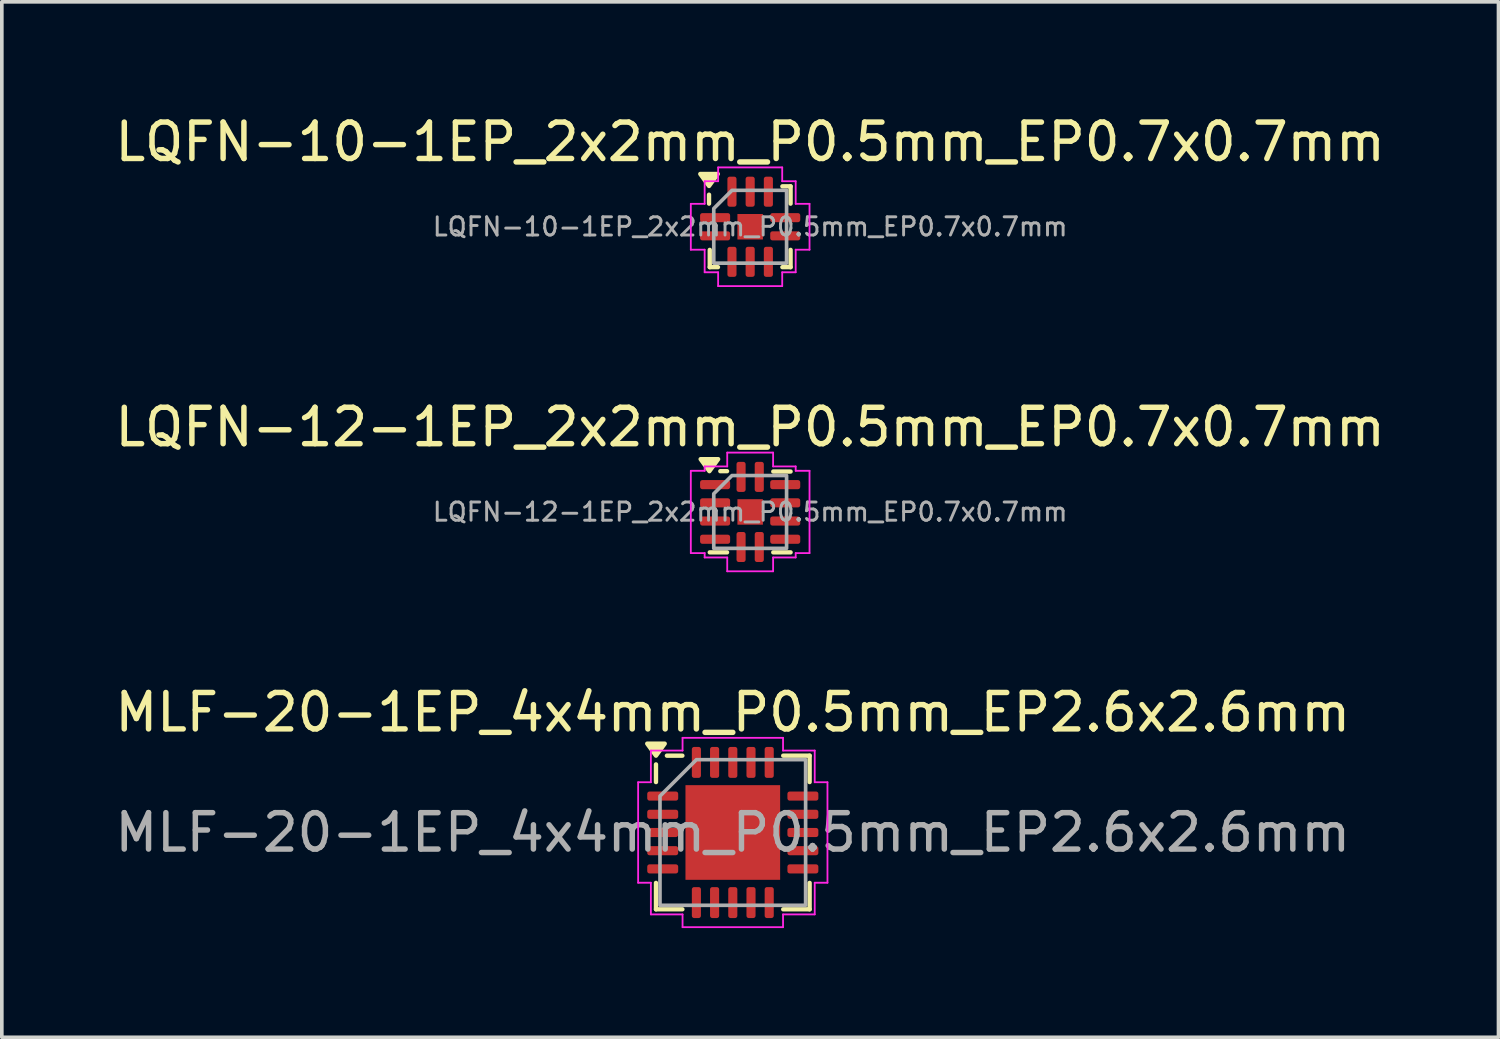
<source format=kicad_pcb>
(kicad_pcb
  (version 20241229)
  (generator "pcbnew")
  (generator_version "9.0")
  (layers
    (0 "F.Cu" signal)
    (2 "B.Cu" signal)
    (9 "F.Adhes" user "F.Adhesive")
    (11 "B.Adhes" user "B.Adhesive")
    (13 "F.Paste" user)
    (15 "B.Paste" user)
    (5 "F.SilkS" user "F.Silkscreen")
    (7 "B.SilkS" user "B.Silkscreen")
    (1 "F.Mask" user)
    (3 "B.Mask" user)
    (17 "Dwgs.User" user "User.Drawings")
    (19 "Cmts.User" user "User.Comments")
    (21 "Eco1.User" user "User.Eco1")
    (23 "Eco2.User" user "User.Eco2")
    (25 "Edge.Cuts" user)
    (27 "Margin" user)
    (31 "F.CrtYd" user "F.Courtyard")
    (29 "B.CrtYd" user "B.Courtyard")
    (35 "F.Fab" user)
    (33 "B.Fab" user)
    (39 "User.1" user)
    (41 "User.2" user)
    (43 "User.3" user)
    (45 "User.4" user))
  (footprint "MLF-20-1EP_4x4mm_P0.5mm_EP2.6x2.6mm"
    (layer "F.Cu")
    (at 17.077 19.815)
    (property "Reference" "MLF-20-1EP_4x4mm_P0.5mm_EP2.6x2.6mm" (at 0 -3.3 0) (layer "F.SilkS") (effects (font (size 1 1) (thickness 0.15))))
    (attr smd)
    (fp_line (start -2.11 -1.385) (end -2.11 -1.87) (stroke (width 0.12) (type solid)) (layer "F.SilkS"))
    (fp_line (start -2.11 2.11) (end -2.11 1.385) (stroke (width 0.12) (type solid)) (layer "F.SilkS"))
    (fp_line (start -1.385 -2.11) (end -1.81 -2.11) (stroke (width 0.12) (type solid)) (layer "F.SilkS"))
    (fp_line (start -1.385 2.11) (end -2.11 2.11) (stroke (width 0.12) (type solid)) (layer "F.SilkS"))
    (fp_line (start 1.385 -2.11) (end 2.11 -2.11) (stroke (width 0.12) (type solid)) (layer "F.SilkS"))
    (fp_line (start 1.385 2.11) (end 2.11 2.11) (stroke (width 0.12) (type solid)) (layer "F.SilkS"))
    (fp_line (start 2.11 -2.11) (end 2.11 -1.385) (stroke (width 0.12) (type solid)) (layer "F.SilkS"))
    (fp_line (start 2.11 2.11) (end 2.11 1.385) (stroke (width 0.12) (type solid)) (layer "F.SilkS"))
    (fp_poly (pts (xy -2.11 -2.11) (xy -2.35 -2.44) (xy -1.87 -2.44)) (stroke (width 0.12) (type solid)) (fill yes) (layer "F.SilkS"))
    (fp_line (start -2.6 -1.38) (end -2.25 -1.38) (stroke (width 0.05) (type solid)) (layer "F.CrtYd"))
    (fp_line (start -2.6 1.38) (end -2.6 -1.38) (stroke (width 0.05) (type solid)) (layer "F.CrtYd"))
    (fp_line (start -2.25 -2.25) (end -1.38 -2.25) (stroke (width 0.05) (type solid)) (layer "F.CrtYd"))
    (fp_line (start -2.25 -1.38) (end -2.25 -2.25) (stroke (width 0.05) (type solid)) (layer "F.CrtYd"))
    (fp_line (start -2.25 1.38) (end -2.6 1.38) (stroke (width 0.05) (type solid)) (layer "F.CrtYd"))
    (fp_line (start -2.25 2.25) (end -2.25 1.38) (stroke (width 0.05) (type solid)) (layer "F.CrtYd"))
    (fp_line (start -1.38 -2.6) (end 1.38 -2.6) (stroke (width 0.05) (type solid)) (layer "F.CrtYd"))
    (fp_line (start -1.38 -2.25) (end -1.38 -2.6) (stroke (width 0.05) (type solid)) (layer "F.CrtYd"))
    (fp_line (start -1.38 2.25) (end -2.25 2.25) (stroke (width 0.05) (type solid)) (layer "F.CrtYd"))
    (fp_line (start -1.38 2.6) (end -1.38 2.25) (stroke (width 0.05) (type solid)) (layer "F.CrtYd"))
    (fp_line (start 1.38 -2.6) (end 1.38 -2.25) (stroke (width 0.05) (type solid)) (layer "F.CrtYd"))
    (fp_line (start 1.38 -2.25) (end 2.25 -2.25) (stroke (width 0.05) (type solid)) (layer "F.CrtYd"))
    (fp_line (start 1.38 2.25) (end 1.38 2.6) (stroke (width 0.05) (type solid)) (layer "F.CrtYd"))
    (fp_line (start 1.38 2.6) (end -1.38 2.6) (stroke (width 0.05) (type solid)) (layer "F.CrtYd"))
    (fp_line (start 2.25 -2.25) (end 2.25 -1.38) (stroke (width 0.05) (type solid)) (layer "F.CrtYd"))
    (fp_line (start 2.25 -1.38) (end 2.6 -1.38) (stroke (width 0.05) (type solid)) (layer "F.CrtYd"))
    (fp_line (start 2.25 1.38) (end 2.25 2.25) (stroke (width 0.05) (type solid)) (layer "F.CrtYd"))
    (fp_line (start 2.25 2.25) (end 1.38 2.25) (stroke (width 0.05) (type solid)) (layer "F.CrtYd"))
    (fp_line (start 2.6 -1.38) (end 2.6 1.38) (stroke (width 0.05) (type solid)) (layer "F.CrtYd"))
    (fp_line (start 2.6 1.38) (end 2.25 1.38) (stroke (width 0.05) (type solid)) (layer "F.CrtYd"))
    (fp_poly (pts (xy -2 -1) (xy -2 2) (xy 2 2) (xy 2 -2) (xy -1 -2)) (stroke (width 0.1) (type solid)) (fill no) (layer "F.Fab"))
    (fp_text user "${REFERENCE}" (at 0 0 0) (layer "F.Fab") (effects (font (size 1 1) (thickness 0.15))))
    (pad "" smd roundrect (at -0.65 -0.65) (size 1.05 1.05) (layers "F.Paste") (roundrect_rratio 0.238))
    (pad "" smd roundrect (at -0.65 0.65) (size 1.05 1.05) (layers "F.Paste") (roundrect_rratio 0.238))
    (pad "" smd roundrect (at 0.65 -0.65) (size 1.05 1.05) (layers "F.Paste") (roundrect_rratio 0.238))
    (pad "" smd roundrect (at 0.65 0.65) (size 1.05 1.05) (layers "F.Paste") (roundrect_rratio 0.238))
    (pad "1" smd roundrect (at -1.925 -1) (size 0.85 0.25) (layers "F.Cu" "F.Mask" "F.Paste") (roundrect_rratio 0.25))
    (pad "2" smd roundrect (at -1.925 -0.5) (size 0.85 0.25) (layers "F.Cu" "F.Mask" "F.Paste") (roundrect_rratio 0.25))
    (pad "3" smd roundrect (at -1.925 0) (size 0.85 0.25) (layers "F.Cu" "F.Mask" "F.Paste") (roundrect_rratio 0.25))
    (pad "4" smd roundrect (at -1.925 0.5) (size 0.85 0.25) (layers "F.Cu" "F.Mask" "F.Paste") (roundrect_rratio 0.25))
    (pad "5" smd roundrect (at -1.925 1) (size 0.85 0.25) (layers "F.Cu" "F.Mask" "F.Paste") (roundrect_rratio 0.25))
    (pad "6" smd roundrect (at -1 1.925) (size 0.25 0.85) (layers "F.Cu" "F.Mask" "F.Paste") (roundrect_rratio 0.25))
    (pad "7" smd roundrect (at -0.5 1.925) (size 0.25 0.85) (layers "F.Cu" "F.Mask" "F.Paste") (roundrect_rratio 0.25))
    (pad "8" smd roundrect (at 0 1.925) (size 0.25 0.85) (layers "F.Cu" "F.Mask" "F.Paste") (roundrect_rratio 0.25))
    (pad "9" smd roundrect (at 0.5 1.925) (size 0.25 0.85) (layers "F.Cu" "F.Mask" "F.Paste") (roundrect_rratio 0.25))
    (pad "10" smd roundrect (at 1 1.925) (size 0.25 0.85) (layers "F.Cu" "F.Mask" "F.Paste") (roundrect_rratio 0.25))
    (pad "11" smd roundrect (at 1.925 1) (size 0.85 0.25) (layers "F.Cu" "F.Mask" "F.Paste") (roundrect_rratio 0.25))
    (pad "12" smd roundrect (at 1.925 0.5) (size 0.85 0.25) (layers "F.Cu" "F.Mask" "F.Paste") (roundrect_rratio 0.25))
    (pad "13" smd roundrect (at 1.925 0) (size 0.85 0.25) (layers "F.Cu" "F.Mask" "F.Paste") (roundrect_rratio 0.25))
    (pad "14" smd roundrect (at 1.925 -0.5) (size 0.85 0.25) (layers "F.Cu" "F.Mask" "F.Paste") (roundrect_rratio 0.25))
    (pad "15" smd roundrect (at 1.925 -1) (size 0.85 0.25) (layers "F.Cu" "F.Mask" "F.Paste") (roundrect_rratio 0.25))
    (pad "16" smd roundrect (at 1 -1.925) (size 0.25 0.85) (layers "F.Cu" "F.Mask" "F.Paste") (roundrect_rratio 0.25))
    (pad "17" smd roundrect (at 0.5 -1.925) (size 0.25 0.85) (layers "F.Cu" "F.Mask" "F.Paste") (roundrect_rratio 0.25))
    (pad "18" smd roundrect (at 0 -1.925) (size 0.25 0.85) (layers "F.Cu" "F.Mask" "F.Paste") (roundrect_rratio 0.25))
    (pad "19" smd roundrect (at -0.5 -1.925) (size 0.25 0.85) (layers "F.Cu" "F.Mask" "F.Paste") (roundrect_rratio 0.25))
    (pad "20" smd roundrect (at -1 -1.925) (size 0.25 0.85) (layers "F.Cu" "F.Mask" "F.Paste") (roundrect_rratio 0.25))
    (pad "21" smd rect (at 0 0) (size 2.6 2.6) (property pad_prop_heatsink) (layers "F.Cu" "F.Mask")))
  (footprint "LQFN-10-1EP_2x2mm_P0.5mm_EP0.7x0.7mm"
    (layer "F.Cu")
    (at 17.554 3.178)
    (property "Reference" "LQFN-10-1EP_2x2mm_P0.5mm_EP0.7x0.7mm" (at 0 -2.33 0) (layer "F.SilkS") (effects (font (size 1 1) (thickness 0.15))))
    (attr smd)
    (fp_line (start -1.13 -0.635) (end -1.13 -0.88) (stroke (width 0.12) (type solid)) (layer "F.SilkS"))
    (fp_line (start -1.11 1.11) (end -1.11 0.635) (stroke (width 0.12) (type solid)) (layer "F.SilkS"))
    (fp_line (start -0.885 1.11) (end -1.11 1.11) (stroke (width 0.12) (type solid)) (layer "F.SilkS"))
    (fp_line (start 0.885 -1.11) (end 1.11 -1.11) (stroke (width 0.12) (type solid)) (layer "F.SilkS"))
    (fp_line (start 0.885 1.11) (end 1.11 1.11) (stroke (width 0.12) (type solid)) (layer "F.SilkS"))
    (fp_line (start 1.11 -1.11) (end 1.11 -0.635) (stroke (width 0.12) (type solid)) (layer "F.SilkS"))
    (fp_line (start 1.11 1.11) (end 1.11 0.635) (stroke (width 0.12) (type solid)) (layer "F.SilkS"))
    (fp_poly (pts (xy -1.13 -1.12) (xy -1.37 -1.45) (xy -0.89 -1.45)) (stroke (width 0.12) (type solid)) (fill yes) (layer "F.SilkS"))
    (fp_line (start -1.63 -0.63) (end -1.25 -0.63) (stroke (width 0.05) (type solid)) (layer "F.CrtYd"))
    (fp_line (start -1.63 0.63) (end -1.63 -0.63) (stroke (width 0.05) (type solid)) (layer "F.CrtYd"))
    (fp_line (start -1.25 -1.25) (end -0.88 -1.25) (stroke (width 0.05) (type solid)) (layer "F.CrtYd"))
    (fp_line (start -1.25 -0.63) (end -1.25 -1.25) (stroke (width 0.05) (type solid)) (layer "F.CrtYd"))
    (fp_line (start -1.25 0.63) (end -1.63 0.63) (stroke (width 0.05) (type solid)) (layer "F.CrtYd"))
    (fp_line (start -1.25 1.25) (end -1.25 0.63) (stroke (width 0.05) (type solid)) (layer "F.CrtYd"))
    (fp_line (start -0.88 -1.63) (end 0.88 -1.63) (stroke (width 0.05) (type solid)) (layer "F.CrtYd"))
    (fp_line (start -0.88 -1.25) (end -0.88 -1.63) (stroke (width 0.05) (type solid)) (layer "F.CrtYd"))
    (fp_line (start -0.88 1.25) (end -1.25 1.25) (stroke (width 0.05) (type solid)) (layer "F.CrtYd"))
    (fp_line (start -0.88 1.63) (end -0.88 1.25) (stroke (width 0.05) (type solid)) (layer "F.CrtYd"))
    (fp_line (start 0.88 -1.63) (end 0.88 -1.25) (stroke (width 0.05) (type solid)) (layer "F.CrtYd"))
    (fp_line (start 0.88 -1.25) (end 1.25 -1.25) (stroke (width 0.05) (type solid)) (layer "F.CrtYd"))
    (fp_line (start 0.88 1.25) (end 0.88 1.63) (stroke (width 0.05) (type solid)) (layer "F.CrtYd"))
    (fp_line (start 0.88 1.63) (end -0.88 1.63) (stroke (width 0.05) (type solid)) (layer "F.CrtYd"))
    (fp_line (start 1.25 -1.25) (end 1.25 -0.63) (stroke (width 0.05) (type solid)) (layer "F.CrtYd"))
    (fp_line (start 1.25 -0.63) (end 1.63 -0.63) (stroke (width 0.05) (type solid)) (layer "F.CrtYd"))
    (fp_line (start 1.25 0.63) (end 1.25 1.25) (stroke (width 0.05) (type solid)) (layer "F.CrtYd"))
    (fp_line (start 1.25 1.25) (end 0.88 1.25) (stroke (width 0.05) (type solid)) (layer "F.CrtYd"))
    (fp_line (start 1.63 -0.63) (end 1.63 0.63) (stroke (width 0.05) (type solid)) (layer "F.CrtYd"))
    (fp_line (start 1.63 0.63) (end 1.25 0.63) (stroke (width 0.05) (type solid)) (layer "F.CrtYd"))
    (fp_poly (pts (xy -1 -0.5) (xy -1 1) (xy 1 1) (xy 1 -1) (xy -0.5 -1)) (stroke (width 0.1) (type solid)) (fill no) (layer "F.Fab"))
    (fp_text user "${REFERENCE}" (at 0 0 0) (layer "F.Fab") (effects (font (size 0.5 0.5) (thickness 0.08))))
    (pad "" smd roundrect (at 0 0) (size 0.56 0.56) (layers "F.Paste") (roundrect_rratio 0.25))
    (pad "1" smd roundrect (at -0.963 -0.25) (size 0.825 0.25) (layers "F.Cu" "F.Mask" "F.Paste") (roundrect_rratio 0.25))
    (pad "2" smd roundrect (at -0.963 0.25) (size 0.825 0.25) (layers "F.Cu" "F.Mask" "F.Paste") (roundrect_rratio 0.25))
    (pad "3" smd roundrect (at -0.5 0.963) (size 0.25 0.825) (layers "F.Cu" "F.Mask" "F.Paste") (roundrect_rratio 0.25))
    (pad "4" smd roundrect (at 0 0.963) (size 0.25 0.825) (layers "F.Cu" "F.Mask" "F.Paste") (roundrect_rratio 0.25))
    (pad "5" smd roundrect (at 0.5 0.963) (size 0.25 0.825) (layers "F.Cu" "F.Mask" "F.Paste") (roundrect_rratio 0.25))
    (pad "6" smd roundrect (at 0.963 0.25) (size 0.825 0.25) (layers "F.Cu" "F.Mask" "F.Paste") (roundrect_rratio 0.25))
    (pad "7" smd roundrect (at 0.963 -0.25) (size 0.825 0.25) (layers "F.Cu" "F.Mask" "F.Paste") (roundrect_rratio 0.25))
    (pad "8" smd roundrect (at 0.5 -0.963) (size 0.25 0.825) (layers "F.Cu" "F.Mask" "F.Paste") (roundrect_rratio 0.25))
    (pad "9" smd roundrect (at 0 -0.963) (size 0.25 0.825) (layers "F.Cu" "F.Mask" "F.Paste") (roundrect_rratio 0.25))
    (pad "10" smd roundrect (at -0.5 -0.963) (size 0.25 0.825) (layers "F.Cu" "F.Mask" "F.Paste") (roundrect_rratio 0.25))
    (pad "11" smd rect (at 0 0) (size 0.7 0.7) (property pad_prop_heatsink) (layers "F.Cu" "F.Mask")))
  (footprint "LQFN-12-1EP_2x2mm_P0.5mm_EP0.7x0.7mm"
    (layer "F.Cu")
    (at 17.554 11.011)
    (property "Reference" "LQFN-12-1EP_2x2mm_P0.5mm_EP0.7x0.7mm" (at 0 -2.33 0) (layer "F.SilkS") (effects (font (size 1 1) (thickness 0.15))))
    (attr smd)
    (fp_line (start -0.635 -1.12) (end -0.82 -1.12) (stroke (width 0.12) (type solid)) (layer "F.SilkS"))
    (fp_line (start -0.635 1.11) (end -1.11 1.11) (stroke (width 0.12) (type solid)) (layer "F.SilkS"))
    (fp_line (start 0.635 -1.11) (end 1.11 -1.11) (stroke (width 0.12) (type solid)) (layer "F.SilkS"))
    (fp_line (start 0.635 1.11) (end 1.11 1.11) (stroke (width 0.12) (type solid)) (layer "F.SilkS"))
    (fp_poly (pts (xy -1.12 -1.12) (xy -1.36 -1.45) (xy -0.88 -1.45)) (stroke (width 0.12) (type solid)) (fill yes) (layer "F.SilkS"))
    (fp_line (start -1.63 -1.13) (end -1.25 -1.13) (stroke (width 0.05) (type solid)) (layer "F.CrtYd"))
    (fp_line (start -1.63 1.13) (end -1.63 -1.13) (stroke (width 0.05) (type solid)) (layer "F.CrtYd"))
    (fp_line (start -1.25 -1.25) (end -0.63 -1.25) (stroke (width 0.05) (type solid)) (layer "F.CrtYd"))
    (fp_line (start -1.25 -1.13) (end -1.25 -1.25) (stroke (width 0.05) (type solid)) (layer "F.CrtYd"))
    (fp_line (start -1.25 1.13) (end -1.63 1.13) (stroke (width 0.05) (type solid)) (layer "F.CrtYd"))
    (fp_line (start -1.25 1.25) (end -1.25 1.13) (stroke (width 0.05) (type solid)) (layer "F.CrtYd"))
    (fp_line (start -0.63 -1.63) (end 0.63 -1.63) (stroke (width 0.05) (type solid)) (layer "F.CrtYd"))
    (fp_line (start -0.63 -1.25) (end -0.63 -1.63) (stroke (width 0.05) (type solid)) (layer "F.CrtYd"))
    (fp_line (start -0.63 1.25) (end -1.25 1.25) (stroke (width 0.05) (type solid)) (layer "F.CrtYd"))
    (fp_line (start -0.63 1.63) (end -0.63 1.25) (stroke (width 0.05) (type solid)) (layer "F.CrtYd"))
    (fp_line (start 0.63 -1.63) (end 0.63 -1.25) (stroke (width 0.05) (type solid)) (layer "F.CrtYd"))
    (fp_line (start 0.63 -1.25) (end 1.25 -1.25) (stroke (width 0.05) (type solid)) (layer "F.CrtYd"))
    (fp_line (start 0.63 1.25) (end 0.63 1.63) (stroke (width 0.05) (type solid)) (layer "F.CrtYd"))
    (fp_line (start 0.63 1.63) (end -0.63 1.63) (stroke (width 0.05) (type solid)) (layer "F.CrtYd"))
    (fp_line (start 1.25 -1.25) (end 1.25 -1.13) (stroke (width 0.05) (type solid)) (layer "F.CrtYd"))
    (fp_line (start 1.25 -1.13) (end 1.63 -1.13) (stroke (width 0.05) (type solid)) (layer "F.CrtYd"))
    (fp_line (start 1.25 1.13) (end 1.25 1.25) (stroke (width 0.05) (type solid)) (layer "F.CrtYd"))
    (fp_line (start 1.25 1.25) (end 0.63 1.25) (stroke (width 0.05) (type solid)) (layer "F.CrtYd"))
    (fp_line (start 1.63 -1.13) (end 1.63 1.13) (stroke (width 0.05) (type solid)) (layer "F.CrtYd"))
    (fp_line (start 1.63 1.13) (end 1.25 1.13) (stroke (width 0.05) (type solid)) (layer "F.CrtYd"))
    (fp_poly (pts (xy -1 -0.5) (xy -1 1) (xy 1 1) (xy 1 -1) (xy -0.5 -1)) (stroke (width 0.1) (type solid)) (fill no) (layer "F.Fab"))
    (fp_text user "${REFERENCE}" (at 0 0 0) (layer "F.Fab") (effects (font (size 0.5 0.5) (thickness 0.08))))
    (pad "" smd roundrect (at 0 0) (size 0.56 0.56) (layers "F.Paste") (roundrect_rratio 0.25))
    (pad "1" smd roundrect (at -0.963 -0.75) (size 0.825 0.25) (layers "F.Cu" "F.Mask" "F.Paste") (roundrect_rratio 0.25))
    (pad "2" smd roundrect (at -0.963 -0.25) (size 0.825 0.25) (layers "F.Cu" "F.Mask" "F.Paste") (roundrect_rratio 0.25))
    (pad "3" smd roundrect (at -0.963 0.25) (size 0.825 0.25) (layers "F.Cu" "F.Mask" "F.Paste") (roundrect_rratio 0.25))
    (pad "4" smd roundrect (at -0.963 0.75) (size 0.825 0.25) (layers "F.Cu" "F.Mask" "F.Paste") (roundrect_rratio 0.25))
    (pad "5" smd roundrect (at -0.25 0.963) (size 0.25 0.825) (layers "F.Cu" "F.Mask" "F.Paste") (roundrect_rratio 0.25))
    (pad "6" smd roundrect (at 0.25 0.963) (size 0.25 0.825) (layers "F.Cu" "F.Mask" "F.Paste") (roundrect_rratio 0.25))
    (pad "7" smd roundrect (at 0.963 0.75) (size 0.825 0.25) (layers "F.Cu" "F.Mask" "F.Paste") (roundrect_rratio 0.25))
    (pad "8" smd roundrect (at 0.963 0.25) (size 0.825 0.25) (layers "F.Cu" "F.Mask" "F.Paste") (roundrect_rratio 0.25))
    (pad "9" smd roundrect (at 0.963 -0.25) (size 0.825 0.25) (layers "F.Cu" "F.Mask" "F.Paste") (roundrect_rratio 0.25))
    (pad "10" smd roundrect (at 0.963 -0.75) (size 0.825 0.25) (layers "F.Cu" "F.Mask" "F.Paste") (roundrect_rratio 0.25))
    (pad "11" smd roundrect (at 0.25 -0.963) (size 0.25 0.825) (layers "F.Cu" "F.Mask" "F.Paste") (roundrect_rratio 0.25))
    (pad "12" smd roundrect (at -0.25 -0.963) (size 0.25 0.825) (layers "F.Cu" "F.Mask" "F.Paste") (roundrect_rratio 0.25))
    (pad "13" smd rect (at 0 0) (size 0.7 0.7) (property pad_prop_heatsink) (layers "F.Cu" "F.Mask")))
  (gr_rect
    (start -3 -3)
    (end 38.107 25.44)
    (stroke (width 0.1) (type default))
    (fill no)
    (layer "Edge.Cuts")))
</source>
